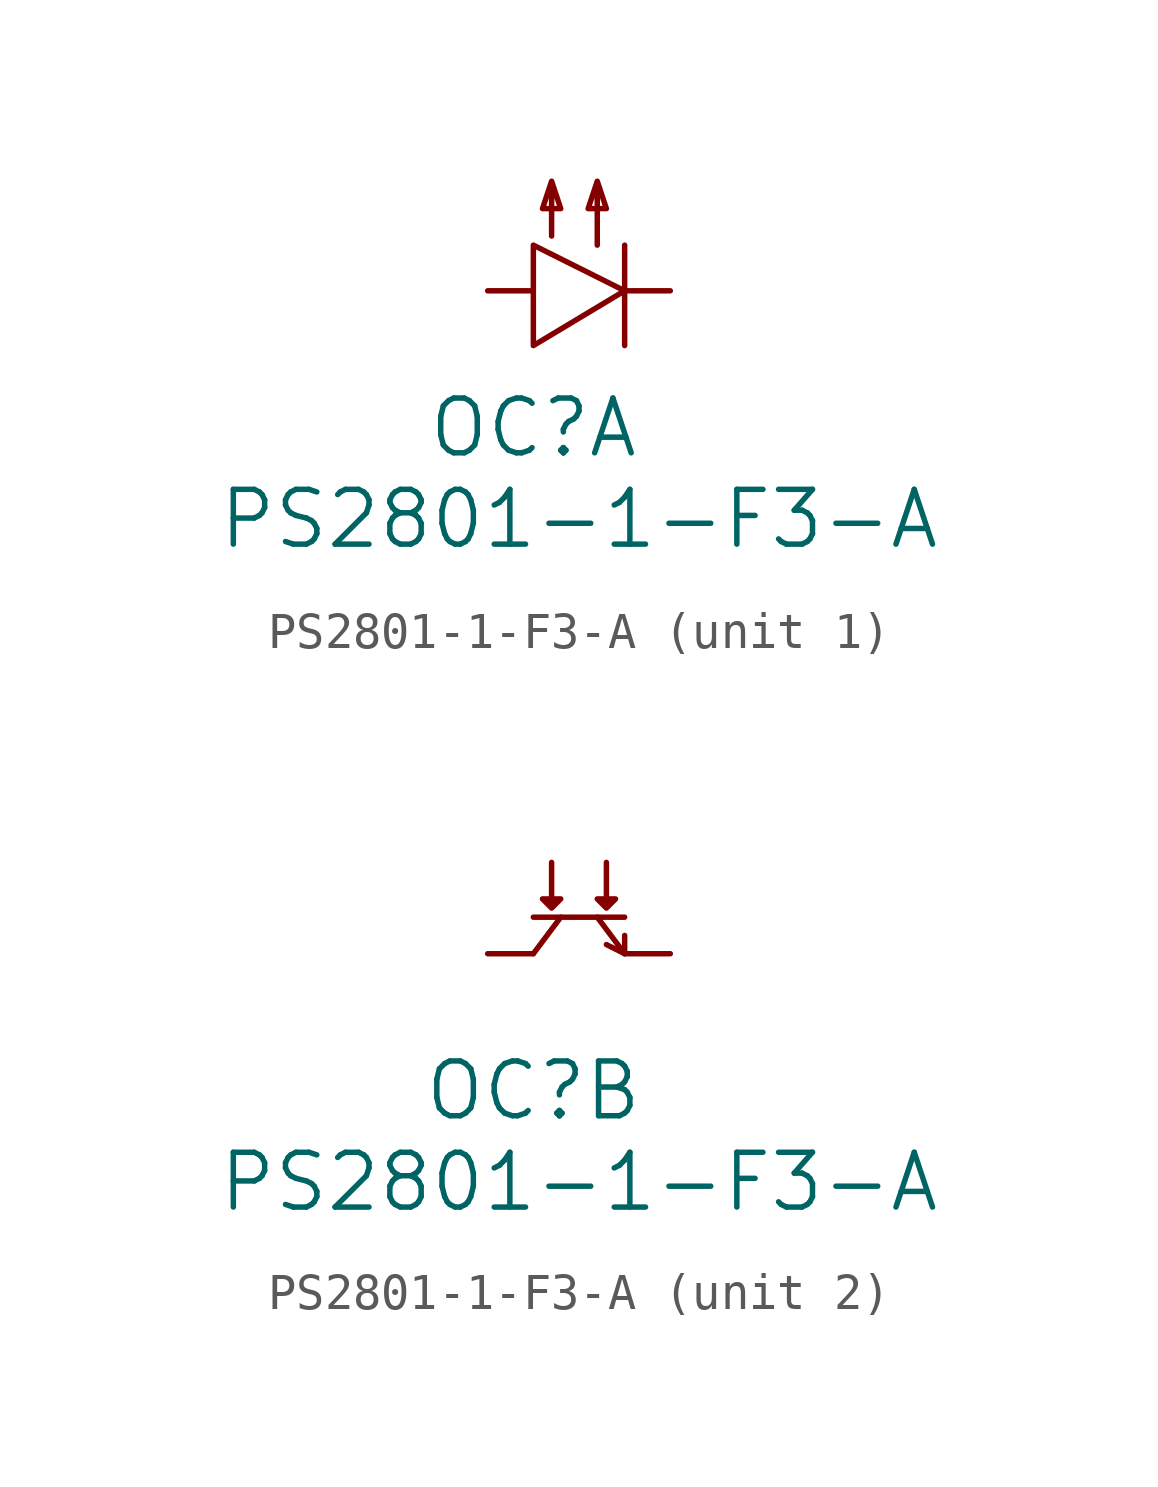
<source format=kicad_sym>
(kicad_symbol_lib
  (version 20220914)
  (generator kicad_symbol_editor)
  (symbol "PS2801-1-F3-A"
    (pin_numbers hide)
    (pin_names
      (offset 1.016) hide)
    (property "Reference" "OC"
      (at 1.27 -1.27 0)
      (effects (font (size 1.524 1.524))))
    (property "Value" "PS2801-1-F3-A"
      (at 2.54 -3.81 0)
      (effects (font (size 1.524 1.524))))
    (property "ki_locked" ""
      (at 0 0 0)
      (effects (font (size 1.27 1.27))))
    (symbol "PS2801-1-F3-A_1_1"
      (polyline (pts (xy 3.81 3.81) (xy 3.81 1.016)) (stroke (width 0) (type solid)) (fill (type none)))
      (polyline (pts (xy 1.27 3.81) (xy 1.27 1.016) (xy 3.81 2.54) (xy 1.27 3.81)) (stroke (width 0) (type solid)) (fill (type none)))
      (polyline (pts (xy 1.778 4.064) (xy 1.778 5.588) (xy 2.032 4.826) (xy 1.524 4.826) (xy 1.778 5.588)) (stroke (width 0) (type solid)) (fill (type none)))
      (polyline (pts (xy 3.048 3.81) (xy 3.048 5.588) (xy 3.302 4.826) (xy 2.794 4.826) (xy 3.048 5.588)) (stroke (width 0) (type solid)) (fill (type none)))
      (pin passive line (at 0 2.54 0) (length 1.27) (name "DA" (effects (font (size 1.27 1.27)))) (number "1" (effects (font (size 1.27 1.27)))))
      (pin passive line (at 5.08 2.54 180) (length 1.27) (name "DC" (effects (font (size 1.27 1.27)))) (number "2" (effects (font (size 1.27 1.27))))))
    (symbol "PS2801-1-F3-A_2_1"
      (polyline (pts (xy 1.27 3.556) (xy 3.81 3.556)) (stroke (width 0) (type solid)) (fill (type none)))
      (polyline (pts (xy 2.032 3.556) (xy 1.27 2.54)) (stroke (width 0) (type solid)) (fill (type none)))
      (polyline (pts (xy 3.048 3.556) (xy 3.81 2.54)) (stroke (width 0) (type solid)) (fill (type none)))
      (polyline (pts (xy 3.81 3.048) (xy 3.81 2.54) (xy 3.302 2.794)) (stroke (width 0) (type solid)) (fill (type none)))
      (polyline (pts (xy 1.778 5.08) (xy 1.778 3.81) (xy 2.032 4.064) (xy 1.524 4.064) (xy 1.778 3.81)) (stroke (width 0) (type solid)) (fill (type none)))
      (polyline (pts (xy 3.302 5.08) (xy 3.302 3.81) (xy 3.556 4.064) (xy 3.048 4.064) (xy 3.302 3.81)) (stroke (width 0) (type solid)) (fill (type none)))
      (pin passive line (at 5.08 2.54 180) (length 1.27) (name "TE" (effects (font (size 1.27 1.27)))) (number "3" (effects (font (size 1.27 1.27)))))
      (pin passive line (at 0 2.54 0) (length 1.27) (name "TC" (effects (font (size 1.27 1.27)))) (number "4" (effects (font (size 1.27 1.27))))))))
</source>
